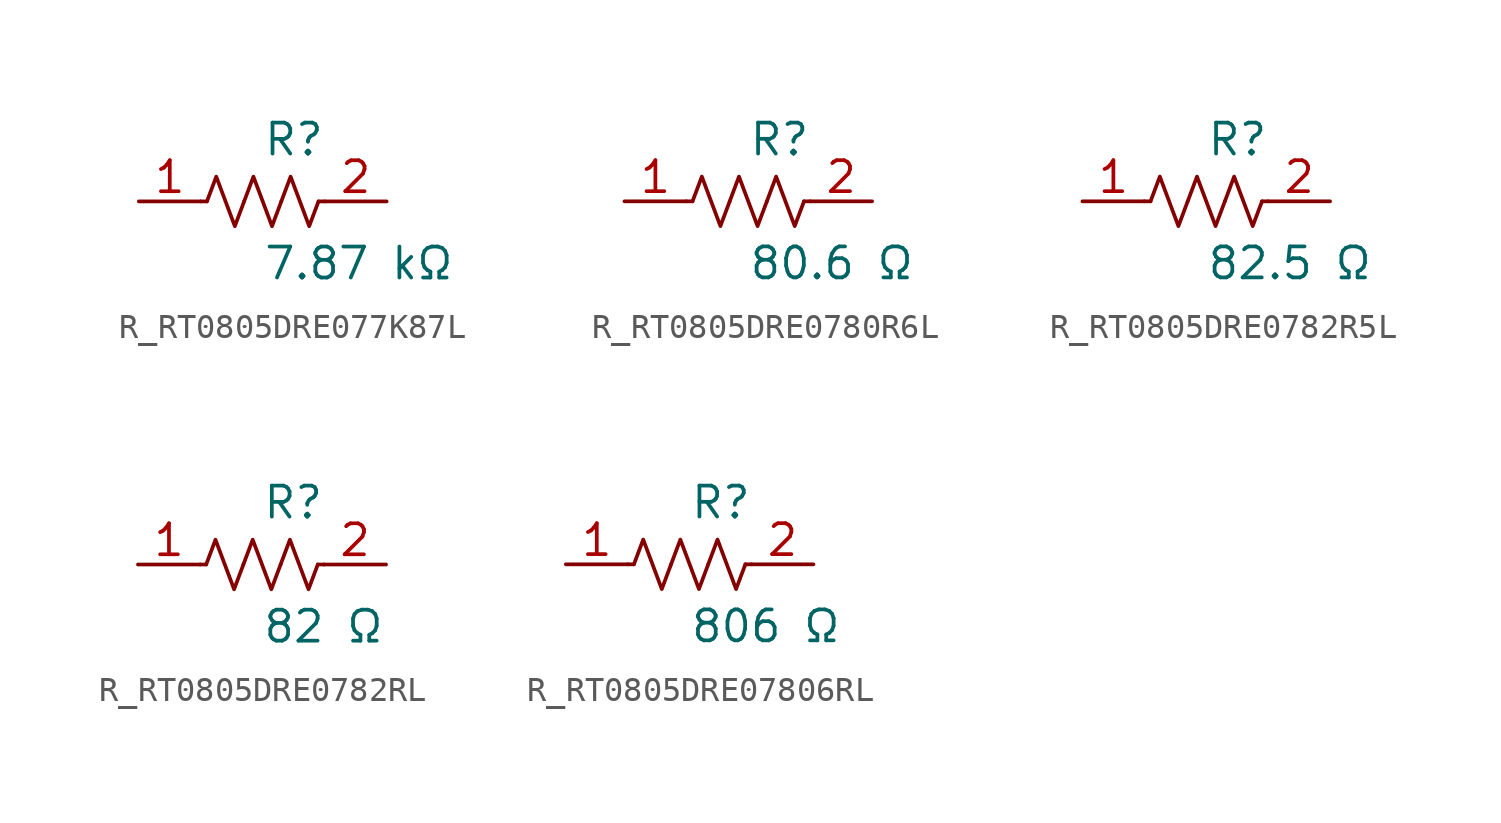
<source format=kicad_sym>
(kicad_symbol_lib
  (version 20231120)
  (generator kicad_symbol_editor)
  (generator_version 8.0)
  (symbol "R_RT0805DRE077K87L"
    (pin_names
      (offset 0.254))
    (property "Reference" "R"
      (at 0.0 2.54 0)
      (effects (font (size 1.27 1.27)) (justify left)))
    (property "Value" "7.87 kΩ"
      (at 0.0 -2.54 0)
      (effects (font (size 1.27 1.27)) (justify left)))
    (symbol "R_RT0805DRE077K87L_0_1"
      (polyline (pts (xy 2.286 0) (xy 2.54 0)) (stroke (width 0) (type default)) (fill (type none)))
      (polyline (pts (xy -2.286 0) (xy -2.54 0)) (stroke (width 0) (type default)) (fill (type none)))
      (polyline (pts (xy 0.762 0) (xy 1.143 1.016) (xy 1.524 0) (xy 1.905 -1.016) (xy 2.286 0)) (stroke (width 0) (type default)) (fill (type none)))
      (polyline (pts (xy -0.762 0) (xy -0.381 1.016) (xy 0 0) (xy 0.381 -1.016) (xy 0.762 0)) (stroke (width 0) (type default)) (fill (type none)))
      (polyline (pts (xy -2.286 0) (xy -1.905 1.016) (xy -1.524 0) (xy -1.143 -1.016) (xy -0.762 0)) (stroke (width 0) (type default)) (fill (type none))))
    (pin unspecified line
      (at -5.08 0 0)
      (length 2.54)
      (name "" (effects (font (size 1.27 1.27))))
      (number "1" (effects (font (size 1.27 1.27)))))
    (pin unspecified line
      (at 5.08 0 180)
      (length 2.54)
      (name "" (effects (font (size 1.27 1.27))))
      (number "2" (effects (font (size 1.27 1.27))))))
  (symbol "R_RT0805DRE0780R6L"
    (pin_names
      (offset 0.254))
    (property "Reference" "R"
      (at 0.0 2.54 0)
      (effects (font (size 1.27 1.27)) (justify left)))
    (property "Value" "80.6 Ω"
      (at 0.0 -2.54 0)
      (effects (font (size 1.27 1.27)) (justify left)))
    (symbol "R_RT0805DRE0780R6L_0_1"
      (polyline (pts (xy 2.286 0) (xy 2.54 0)) (stroke (width 0) (type default)) (fill (type none)))
      (polyline (pts (xy -2.286 0) (xy -2.54 0)) (stroke (width 0) (type default)) (fill (type none)))
      (polyline (pts (xy 0.762 0) (xy 1.143 1.016) (xy 1.524 0) (xy 1.905 -1.016) (xy 2.286 0)) (stroke (width 0) (type default)) (fill (type none)))
      (polyline (pts (xy -0.762 0) (xy -0.381 1.016) (xy 0 0) (xy 0.381 -1.016) (xy 0.762 0)) (stroke (width 0) (type default)) (fill (type none)))
      (polyline (pts (xy -2.286 0) (xy -1.905 1.016) (xy -1.524 0) (xy -1.143 -1.016) (xy -0.762 0)) (stroke (width 0) (type default)) (fill (type none))))
    (pin unspecified line
      (at -5.08 0 0)
      (length 2.54)
      (name "" (effects (font (size 1.27 1.27))))
      (number "1" (effects (font (size 1.27 1.27)))))
    (pin unspecified line
      (at 5.08 0 180)
      (length 2.54)
      (name "" (effects (font (size 1.27 1.27))))
      (number "2" (effects (font (size 1.27 1.27))))))
  (symbol "R_RT0805DRE0782R5L"
    (pin_names
      (offset 0.254))
    (property "Reference" "R"
      (at 0.0 2.54 0)
      (effects (font (size 1.27 1.27)) (justify left)))
    (property "Value" "82.5 Ω"
      (at 0.0 -2.54 0)
      (effects (font (size 1.27 1.27)) (justify left)))
    (symbol "R_RT0805DRE0782R5L_0_1"
      (polyline (pts (xy 2.286 0) (xy 2.54 0)) (stroke (width 0) (type default)) (fill (type none)))
      (polyline (pts (xy -2.286 0) (xy -2.54 0)) (stroke (width 0) (type default)) (fill (type none)))
      (polyline (pts (xy 0.762 0) (xy 1.143 1.016) (xy 1.524 0) (xy 1.905 -1.016) (xy 2.286 0)) (stroke (width 0) (type default)) (fill (type none)))
      (polyline (pts (xy -0.762 0) (xy -0.381 1.016) (xy 0 0) (xy 0.381 -1.016) (xy 0.762 0)) (stroke (width 0) (type default)) (fill (type none)))
      (polyline (pts (xy -2.286 0) (xy -1.905 1.016) (xy -1.524 0) (xy -1.143 -1.016) (xy -0.762 0)) (stroke (width 0) (type default)) (fill (type none))))
    (pin unspecified line
      (at -5.08 0 0)
      (length 2.54)
      (name "" (effects (font (size 1.27 1.27))))
      (number "1" (effects (font (size 1.27 1.27)))))
    (pin unspecified line
      (at 5.08 0 180)
      (length 2.54)
      (name "" (effects (font (size 1.27 1.27))))
      (number "2" (effects (font (size 1.27 1.27))))))
  (symbol "R_RT0805DRE0782RL"
    (pin_names
      (offset 0.254))
    (property "Reference" "R"
      (at 0.0 2.54 0)
      (effects (font (size 1.27 1.27)) (justify left)))
    (property "Value" "82 Ω"
      (at 0.0 -2.54 0)
      (effects (font (size 1.27 1.27)) (justify left)))
    (symbol "R_RT0805DRE0782RL_0_1"
      (polyline (pts (xy 2.286 0) (xy 2.54 0)) (stroke (width 0) (type default)) (fill (type none)))
      (polyline (pts (xy -2.286 0) (xy -2.54 0)) (stroke (width 0) (type default)) (fill (type none)))
      (polyline (pts (xy 0.762 0) (xy 1.143 1.016) (xy 1.524 0) (xy 1.905 -1.016) (xy 2.286 0)) (stroke (width 0) (type default)) (fill (type none)))
      (polyline (pts (xy -0.762 0) (xy -0.381 1.016) (xy 0 0) (xy 0.381 -1.016) (xy 0.762 0)) (stroke (width 0) (type default)) (fill (type none)))
      (polyline (pts (xy -2.286 0) (xy -1.905 1.016) (xy -1.524 0) (xy -1.143 -1.016) (xy -0.762 0)) (stroke (width 0) (type default)) (fill (type none))))
    (pin unspecified line
      (at -5.08 0 0)
      (length 2.54)
      (name "" (effects (font (size 1.27 1.27))))
      (number "1" (effects (font (size 1.27 1.27)))))
    (pin unspecified line
      (at 5.08 0 180)
      (length 2.54)
      (name "" (effects (font (size 1.27 1.27))))
      (number "2" (effects (font (size 1.27 1.27))))))
  (symbol "R_RT0805DRE07806RL"
    (pin_names
      (offset 0.254))
    (property "Reference" "R"
      (at 0.0 2.54 0)
      (effects (font (size 1.27 1.27)) (justify left)))
    (property "Value" "806 Ω"
      (at 0.0 -2.54 0)
      (effects (font (size 1.27 1.27)) (justify left)))
    (symbol "R_RT0805DRE07806RL_0_1"
      (polyline (pts (xy 2.286 0) (xy 2.54 0)) (stroke (width 0) (type default)) (fill (type none)))
      (polyline (pts (xy -2.286 0) (xy -2.54 0)) (stroke (width 0) (type default)) (fill (type none)))
      (polyline (pts (xy 0.762 0) (xy 1.143 1.016) (xy 1.524 0) (xy 1.905 -1.016) (xy 2.286 0)) (stroke (width 0) (type default)) (fill (type none)))
      (polyline (pts (xy -0.762 0) (xy -0.381 1.016) (xy 0 0) (xy 0.381 -1.016) (xy 0.762 0)) (stroke (width 0) (type default)) (fill (type none)))
      (polyline (pts (xy -2.286 0) (xy -1.905 1.016) (xy -1.524 0) (xy -1.143 -1.016) (xy -0.762 0)) (stroke (width 0) (type default)) (fill (type none))))
    (pin unspecified line
      (at -5.08 0 0)
      (length 2.54)
      (name "" (effects (font (size 1.27 1.27))))
      (number "1" (effects (font (size 1.27 1.27)))))
    (pin unspecified line
      (at 5.08 0 180)
      (length 2.54)
      (name "" (effects (font (size 1.27 1.27))))
      (number "2" (effects (font (size 1.27 1.27)))))))
</source>
